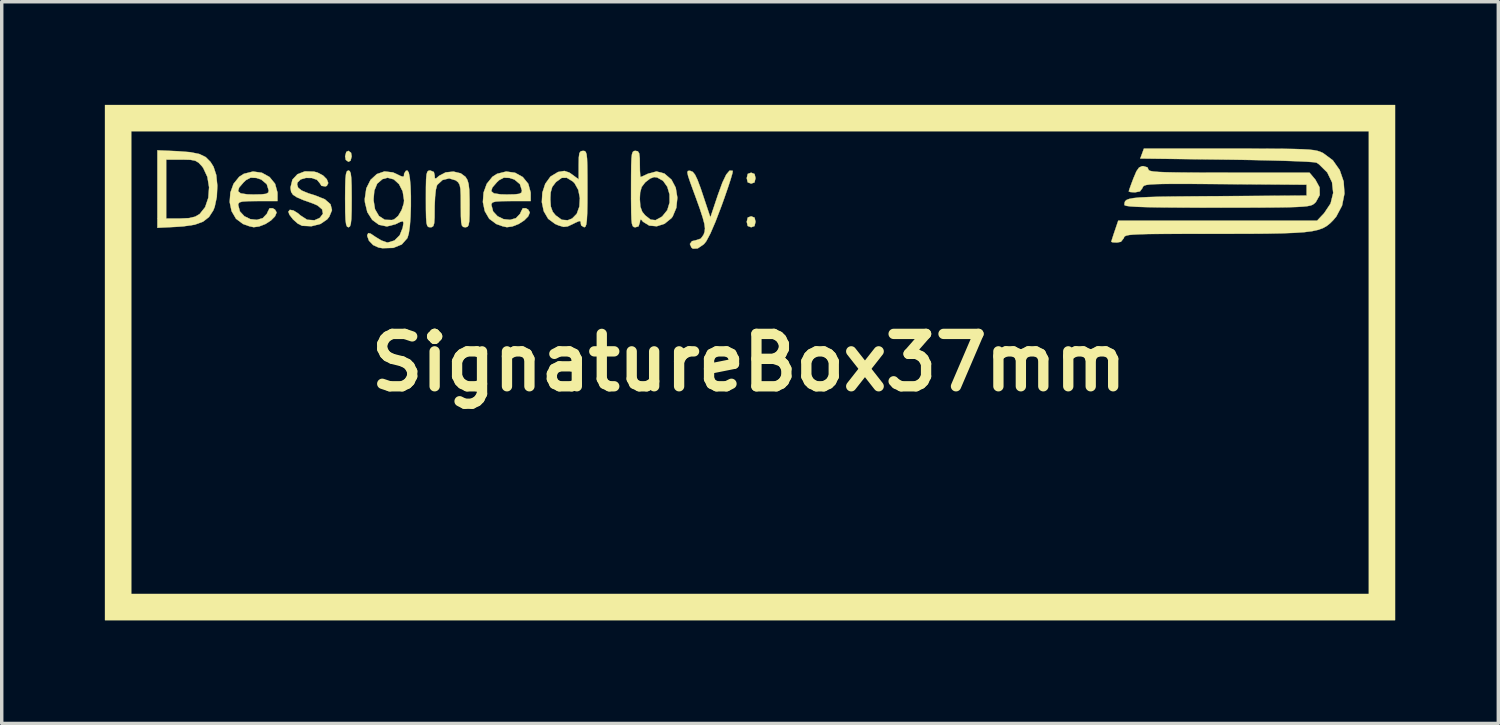
<source format=kicad_pcb>
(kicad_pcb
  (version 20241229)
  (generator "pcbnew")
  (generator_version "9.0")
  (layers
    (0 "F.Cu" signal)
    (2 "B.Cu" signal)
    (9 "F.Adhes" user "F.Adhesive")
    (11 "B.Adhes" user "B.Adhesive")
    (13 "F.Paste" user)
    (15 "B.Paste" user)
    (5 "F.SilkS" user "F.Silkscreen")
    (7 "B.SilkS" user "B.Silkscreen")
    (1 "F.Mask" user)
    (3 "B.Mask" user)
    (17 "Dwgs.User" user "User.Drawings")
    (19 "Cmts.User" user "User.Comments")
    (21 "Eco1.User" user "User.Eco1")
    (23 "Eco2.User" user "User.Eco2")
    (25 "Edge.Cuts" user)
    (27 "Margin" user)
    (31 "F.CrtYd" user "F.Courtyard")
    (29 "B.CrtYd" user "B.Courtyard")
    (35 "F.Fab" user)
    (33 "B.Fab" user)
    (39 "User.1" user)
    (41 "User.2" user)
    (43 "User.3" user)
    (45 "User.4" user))
  (footprint "SignatureBox37mm"
    (layer "F.Cu")
    (at 18.738 7.498)
    (property "Reference" "SignatureBox37mm" (at 0 0 0) (layer "F.SilkS") (effects (font (size 1.524 1.524) (thickness 0.3))))
    (attr through_hole)
    (fp_poly (pts (xy -11.576 -6.104) (xy -11.557 -6.001) (xy -11.59 -5.873) (xy -11.652 -5.842) (xy -11.729 -5.897) (xy -11.748 -6.001) (xy -11.714 -6.128) (xy -11.652 -6.16) (xy -11.576 -6.104)) (stroke (width 0.01) (type solid)) (fill yes) (layer "F.SilkS"))
    (fp_poly (pts (xy 0.163 -5.487) (xy 0.191 -5.366) (xy 0.161 -5.241) (xy 0.064 -5.207) (xy -0.036 -5.244) (xy -0.064 -5.366) (xy -0.034 -5.49) (xy 0.064 -5.524) (xy 0.163 -5.487)) (stroke (width 0.01) (type solid)) (fill yes) (layer "F.SilkS"))
    (fp_poly (pts (xy 0.163 -4.217) (xy 0.191 -4.096) (xy 0.161 -3.971) (xy 0.064 -3.937) (xy -0.036 -3.974) (xy -0.064 -4.096) (xy -0.034 -4.22) (xy 0.064 -4.255) (xy 0.163 -4.217)) (stroke (width 0.01) (type solid)) (fill yes) (layer "F.SilkS"))
    (fp_poly (pts (xy 18.796 7.493) (xy -18.733 7.493) (xy -18.733 -6.731) (xy -17.971 -6.731) (xy -17.971 6.731) (xy 18.034 6.731) (xy 18.034 -6.731) (xy -17.971 -6.731) (xy -18.733 -6.731) (xy -18.733 -7.493) (xy 18.796 -7.493) (xy 18.796 7.493)) (stroke (width 0.01) (type solid)) (fill yes) (layer "F.SilkS"))
    (fp_poly (pts (xy -11.613 -5.57) (xy -11.585 -5.502) (xy -11.569 -5.366) (xy -11.56 -5.143) (xy -11.557 -4.815) (xy -11.557 -4.763) (xy -11.559 -4.419) (xy -11.567 -4.183) (xy -11.583 -4.037) (xy -11.608 -3.961) (xy -11.646 -3.937) (xy -11.652 -3.937) (xy -11.692 -3.955) (xy -11.719 -4.023) (xy -11.736 -4.159) (xy -11.745 -4.382) (xy -11.747 -4.71) (xy -11.748 -4.763) (xy -11.745 -5.106) (xy -11.738 -5.342) (xy -11.722 -5.488) (xy -11.696 -5.564) (xy -11.658 -5.588) (xy -11.652 -5.588) (xy -11.613 -5.57)) (stroke (width 0.01) (type solid)) (fill yes) (layer "F.SilkS"))
    (fp_poly (pts (xy -16.614 -6.149) (xy -16.253 -6.121) (xy -15.991 -6.068) (xy -15.804 -5.978) (xy -15.665 -5.839) (xy -15.577 -5.699) (xy -15.497 -5.456) (xy -15.466 -5.146) (xy -15.481 -4.82) (xy -15.543 -4.529) (xy -15.584 -4.426) (xy -15.709 -4.234) (xy -15.881 -4.1) (xy -16.122 -4.012) (xy -16.455 -3.963) (xy -16.653 -3.949) (xy -17.209 -3.921) (xy -17.209 -5.905) (xy -16.954 -5.905) (xy -16.954 -4.191) (xy -16.55 -4.191) (xy -16.288 -4.203) (xy -16.11 -4.245) (xy -15.98 -4.321) (xy -15.82 -4.522) (xy -15.728 -4.794) (xy -15.705 -5.099) (xy -15.755 -5.402) (xy -15.877 -5.664) (xy -15.916 -5.715) (xy -16.011 -5.816) (xy -16.108 -5.873) (xy -16.246 -5.899) (xy -16.464 -5.905) (xy -16.516 -5.905) (xy -16.954 -5.905) (xy -17.209 -5.905) (xy -17.209 -6.175) (xy -16.614 -6.149)) (stroke (width 0.01) (type solid)) (fill yes) (layer "F.SilkS"))
    (fp_poly (pts (xy -0.481 -5.581) (xy -0.471 -5.573) (xy -0.482 -5.506) (xy -0.53 -5.34) (xy -0.609 -5.097) (xy -0.713 -4.796) (xy -0.796 -4.565) (xy -0.973 -4.1) (xy -1.122 -3.755) (xy -1.242 -3.53) (xy -1.31 -3.445) (xy -1.49 -3.322) (xy -1.629 -3.314) (xy -1.672 -3.344) (xy -1.718 -3.45) (xy -1.658 -3.532) (xy -1.554 -3.556) (xy -1.399 -3.607) (xy -1.32 -3.719) (xy -1.289 -3.806) (xy -1.279 -3.905) (xy -1.296 -4.035) (xy -1.344 -4.216) (xy -1.426 -4.468) (xy -1.549 -4.81) (xy -1.609 -4.973) (xy -1.71 -5.251) (xy -1.77 -5.429) (xy -1.791 -5.53) (xy -1.777 -5.574) (xy -1.731 -5.58) (xy -1.702 -5.576) (xy -1.634 -5.547) (xy -1.569 -5.467) (xy -1.497 -5.317) (xy -1.407 -5.077) (xy -1.344 -4.889) (xy -1.122 -4.223) (xy -0.903 -4.878) (xy -0.773 -5.235) (xy -0.661 -5.469) (xy -0.564 -5.584) (xy -0.481 -5.581)) (stroke (width 0.01) (type solid)) (fill yes) (layer "F.SilkS"))
    (fp_poly (pts (xy -12.655 -5.555) (xy -12.554 -5.529) (xy -12.392 -5.445) (xy -12.281 -5.334) (xy -12.239 -5.223) (xy -12.28 -5.142) (xy -12.321 -5.125) (xy -12.437 -5.142) (xy -12.48 -5.213) (xy -12.566 -5.317) (xy -12.716 -5.37) (xy -12.888 -5.373) (xy -13.041 -5.329) (xy -13.133 -5.239) (xy -13.145 -5.184) (xy -13.115 -5.088) (xy -13.014 -5.006) (xy -12.82 -4.925) (xy -12.622 -4.864) (xy -12.337 -4.75) (xy -12.173 -4.606) (xy -12.13 -4.435) (xy -12.21 -4.242) (xy -12.271 -4.166) (xy -12.466 -4.033) (xy -12.728 -3.967) (xy -13 -3.98) (xy -13.127 -4.045) (xy -13.264 -4.167) (xy -13.368 -4.302) (xy -13.399 -4.39) (xy -13.356 -4.444) (xy -13.251 -4.425) (xy -13.116 -4.341) (xy -13.055 -4.286) (xy -12.853 -4.155) (xy -12.64 -4.14) (xy -12.483 -4.211) (xy -12.392 -4.331) (xy -12.417 -4.457) (xy -12.551 -4.571) (xy -12.669 -4.623) (xy -12.961 -4.727) (xy -13.153 -4.809) (xy -13.266 -4.884) (xy -13.319 -4.966) (xy -13.335 -5.071) (xy -13.335 -5.101) (xy -13.281 -5.322) (xy -13.133 -5.481) (xy -12.917 -5.563) (xy -12.655 -5.555)) (stroke (width 0.01) (type solid)) (fill yes) (layer "F.SilkS"))
    (fp_poly (pts (xy -14.169 -5.522) (xy -13.946 -5.398) (xy -13.786 -5.202) (xy -13.717 -4.95) (xy -13.716 -4.916) (xy -13.716 -4.699) (xy -14.287 -4.699) (xy -14.561 -4.696) (xy -14.731 -4.685) (xy -14.821 -4.661) (xy -14.855 -4.619) (xy -14.859 -4.586) (xy -14.809 -4.398) (xy -14.68 -4.258) (xy -14.505 -4.173) (xy -14.316 -4.152) (xy -14.144 -4.202) (xy -14.022 -4.331) (xy -14.002 -4.381) (xy -13.945 -4.49) (xy -13.855 -4.489) (xy -13.789 -4.452) (xy -13.741 -4.367) (xy -13.787 -4.255) (xy -13.903 -4.137) (xy -14.065 -4.032) (xy -14.25 -3.96) (xy -14.408 -3.939) (xy -14.533 -3.966) (xy -14.702 -4.026) (xy -14.719 -4.033) (xy -14.922 -4.184) (xy -15.051 -4.406) (xy -15.106 -4.67) (xy -15.086 -4.945) (xy -15.071 -4.987) (xy -14.863 -4.987) (xy -14.786 -4.923) (xy -14.594 -4.894) (xy -14.415 -4.889) (xy -14.179 -4.894) (xy -14.045 -4.91) (xy -13.984 -4.946) (xy -13.97 -5.004) (xy -14.028 -5.191) (xy -14.188 -5.325) (xy -14.331 -5.372) (xy -14.496 -5.38) (xy -14.631 -5.309) (xy -14.696 -5.249) (xy -14.831 -5.093) (xy -14.863 -4.987) (xy -15.071 -4.987) (xy -14.994 -5.2) (xy -14.829 -5.405) (xy -14.695 -5.491) (xy -14.428 -5.558) (xy -14.169 -5.522)) (stroke (width 0.01) (type solid)) (fill yes) (layer "F.SilkS"))
    (fp_poly (pts (xy -9.167 -5.545) (xy -9.144 -5.451) (xy -9.138 -5.359) (xy -9.098 -5.36) (xy -9.012 -5.434) (xy -8.823 -5.533) (xy -8.597 -5.556) (xy -8.383 -5.505) (xy -8.248 -5.405) (xy -8.192 -5.316) (xy -8.156 -5.196) (xy -8.136 -5.019) (xy -8.129 -4.756) (xy -8.128 -4.597) (xy -8.13 -4.301) (xy -8.137 -4.11) (xy -8.156 -4.001) (xy -8.189 -3.951) (xy -8.241 -3.937) (xy -8.255 -3.937) (xy -8.313 -3.946) (xy -8.35 -3.987) (xy -8.371 -4.085) (xy -8.38 -4.261) (xy -8.382 -4.539) (xy -8.382 -4.571) (xy -8.384 -4.861) (xy -8.393 -5.052) (xy -8.416 -5.171) (xy -8.458 -5.243) (xy -8.523 -5.297) (xy -8.532 -5.302) (xy -8.722 -5.359) (xy -8.914 -5.312) (xy -9.064 -5.173) (xy -9.077 -5.151) (xy -9.108 -5.031) (xy -9.131 -4.823) (xy -9.143 -4.565) (xy -9.144 -4.481) (xy -9.146 -4.217) (xy -9.157 -4.056) (xy -9.182 -3.972) (xy -9.227 -3.941) (xy -9.271 -3.937) (xy -9.323 -3.944) (xy -9.358 -3.978) (xy -9.38 -4.061) (xy -9.392 -4.211) (xy -9.397 -4.449) (xy -9.398 -4.763) (xy -9.397 -5.1) (xy -9.392 -5.33) (xy -9.379 -5.473) (xy -9.356 -5.551) (xy -9.319 -5.582) (xy -9.271 -5.588) (xy -9.167 -5.545)) (stroke (width 0.01) (type solid)) (fill yes) (layer "F.SilkS"))
    (fp_poly (pts (xy -6.803 -5.522) (xy -6.58 -5.398) (xy -6.42 -5.202) (xy -6.351 -4.95) (xy -6.35 -4.916) (xy -6.35 -4.699) (xy -6.921 -4.699) (xy -7.195 -4.696) (xy -7.365 -4.685) (xy -7.455 -4.661) (xy -7.489 -4.619) (xy -7.493 -4.586) (xy -7.443 -4.398) (xy -7.314 -4.258) (xy -7.139 -4.173) (xy -6.95 -4.152) (xy -6.778 -4.202) (xy -6.656 -4.331) (xy -6.636 -4.381) (xy -6.579 -4.49) (xy -6.489 -4.489) (xy -6.423 -4.452) (xy -6.375 -4.367) (xy -6.421 -4.255) (xy -6.537 -4.137) (xy -6.699 -4.032) (xy -6.884 -3.96) (xy -7.042 -3.939) (xy -7.167 -3.966) (xy -7.336 -4.026) (xy -7.353 -4.033) (xy -7.556 -4.184) (xy -7.685 -4.406) (xy -7.74 -4.67) (xy -7.72 -4.945) (xy -7.705 -4.987) (xy -7.497 -4.987) (xy -7.42 -4.923) (xy -7.228 -4.894) (xy -7.048 -4.889) (xy -6.813 -4.894) (xy -6.679 -4.91) (xy -6.618 -4.946) (xy -6.604 -5.004) (xy -6.662 -5.191) (xy -6.822 -5.325) (xy -6.965 -5.372) (xy -7.13 -5.38) (xy -7.265 -5.309) (xy -7.33 -5.249) (xy -7.465 -5.093) (xy -7.497 -4.987) (xy -7.705 -4.987) (xy -7.628 -5.2) (xy -7.463 -5.405) (xy -7.329 -5.491) (xy -7.062 -5.558) (xy -6.803 -5.522)) (stroke (width 0.01) (type solid)) (fill yes) (layer "F.SilkS"))
    (fp_poly (pts (xy -4.78 -6.154) (xy -4.747 -6.126) (xy -4.724 -6.057) (xy -4.71 -5.931) (xy -4.703 -5.73) (xy -4.7 -5.436) (xy -4.699 -5.048) (xy -4.7 -4.642) (xy -4.706 -4.346) (xy -4.716 -4.144) (xy -4.733 -4.019) (xy -4.757 -3.956) (xy -4.791 -3.937) (xy -4.794 -3.937) (xy -4.878 -3.988) (xy -4.889 -4.032) (xy -4.896 -4.105) (xy -4.938 -4.118) (xy -5.047 -4.07) (xy -5.12 -4.033) (xy -5.273 -3.962) (xy -5.393 -3.948) (xy -5.538 -3.99) (xy -5.638 -4.033) (xy -5.841 -4.183) (xy -5.97 -4.405) (xy -6.025 -4.668) (xy -6.02 -4.763) (xy -5.779 -4.763) (xy -5.764 -4.539) (xy -5.708 -4.387) (xy -5.623 -4.283) (xy -5.446 -4.154) (xy -5.273 -4.14) (xy -5.144 -4.191) (xy -5.009 -4.329) (xy -4.933 -4.54) (xy -4.918 -4.785) (xy -4.965 -5.025) (xy -5.074 -5.22) (xy -5.128 -5.272) (xy -5.301 -5.377) (xy -5.446 -5.374) (xy -5.603 -5.261) (xy -5.623 -5.242) (xy -5.723 -5.11) (xy -5.769 -4.948) (xy -5.779 -4.763) (xy -6.02 -4.763) (xy -6.01 -4.943) (xy -5.926 -5.2) (xy -5.775 -5.41) (xy -5.56 -5.541) (xy -5.537 -5.548) (xy -5.369 -5.575) (xy -5.229 -5.529) (xy -5.141 -5.469) (xy -4.953 -5.33) (xy -4.953 -5.745) (xy -4.949 -5.969) (xy -4.932 -6.094) (xy -4.892 -6.148) (xy -4.826 -6.16) (xy -4.78 -6.154)) (stroke (width 0.01) (type solid)) (fill yes) (layer "F.SilkS"))
    (fp_poly (pts (xy -3.231 -6.146) (xy -3.193 -6.085) (xy -3.177 -5.947) (xy -3.175 -5.779) (xy -3.172 -5.578) (xy -3.163 -5.439) (xy -3.153 -5.397) (xy -3.087 -5.423) (xy -2.956 -5.485) (xy -2.935 -5.495) (xy -2.688 -5.56) (xy -2.459 -5.499) (xy -2.254 -5.322) (xy -2.13 -5.087) (xy -2.083 -4.798) (xy -2.113 -4.503) (xy -2.219 -4.25) (xy -2.256 -4.201) (xy -2.455 -4.039) (xy -2.681 -3.966) (xy -2.902 -3.986) (xy -3.084 -4.099) (xy -3.126 -4.153) (xy -3.162 -4.158) (xy -3.174 -4.08) (xy -3.212 -3.964) (xy -3.302 -3.937) (xy -3.348 -3.943) (xy -3.381 -3.971) (xy -3.404 -4.039) (xy -3.418 -4.165) (xy -3.425 -4.367) (xy -3.428 -4.661) (xy -3.429 -4.763) (xy -3.175 -4.763) (xy -3.16 -4.539) (xy -3.104 -4.387) (xy -3.019 -4.283) (xy -2.86 -4.158) (xy -2.717 -4.143) (xy -2.549 -4.234) (xy -2.519 -4.257) (xy -2.375 -4.435) (xy -2.308 -4.657) (xy -2.31 -4.893) (xy -2.375 -5.114) (xy -2.498 -5.288) (xy -2.671 -5.386) (xy -2.761 -5.397) (xy -2.873 -5.355) (xy -3.008 -5.252) (xy -3.019 -5.242) (xy -3.12 -5.11) (xy -3.166 -4.948) (xy -3.175 -4.763) (xy -3.429 -4.763) (xy -3.429 -5.048) (xy -3.428 -5.448) (xy -3.425 -5.738) (xy -3.417 -5.937) (xy -3.403 -6.061) (xy -3.38 -6.127) (xy -3.346 -6.154) (xy -3.302 -6.16) (xy -3.231 -6.146)) (stroke (width 0.01) (type solid)) (fill yes) (layer "F.SilkS"))
    (fp_poly (pts (xy -9.897 -5.529) (xy -9.866 -5.369) (xy -9.845 -5.135) (xy -9.835 -4.853) (xy -9.835 -4.547) (xy -9.845 -4.246) (xy -9.865 -3.973) (xy -9.896 -3.756) (xy -9.936 -3.623) (xy -10.1 -3.437) (xy -10.346 -3.337) (xy -10.659 -3.328) (xy -10.772 -3.346) (xy -10.932 -3.419) (xy -11.055 -3.547) (xy -11.105 -3.685) (xy -11.102 -3.713) (xy -11.074 -3.767) (xy -11.005 -3.751) (xy -10.87 -3.66) (xy -10.862 -3.654) (xy -10.692 -3.552) (xy -10.537 -3.496) (xy -10.504 -3.493) (xy -10.313 -3.551) (xy -10.159 -3.705) (xy -10.073 -3.921) (xy -10.05 -4.063) (xy -10.068 -4.114) (xy -10.153 -4.089) (xy -10.283 -4.025) (xy -10.531 -3.961) (xy -10.763 -4.008) (xy -10.959 -4.152) (xy -11.102 -4.377) (xy -11.172 -4.667) (xy -11.175 -4.732) (xy -10.922 -4.732) (xy -10.879 -4.463) (xy -10.764 -4.265) (xy -10.593 -4.154) (xy -10.385 -4.147) (xy -10.322 -4.167) (xy -10.206 -4.265) (xy -10.104 -4.438) (xy -10.041 -4.634) (xy -10.033 -4.718) (xy -10.073 -4.98) (xy -10.179 -5.19) (xy -10.332 -5.33) (xy -10.512 -5.378) (xy -10.661 -5.338) (xy -10.815 -5.206) (xy -10.899 -5.002) (xy -10.922 -4.732) (xy -11.175 -4.732) (xy -11.176 -4.763) (xy -11.131 -5.069) (xy -11.008 -5.315) (xy -10.825 -5.484) (xy -10.602 -5.561) (xy -10.357 -5.532) (xy -10.283 -5.5) (xy -10.128 -5.425) (xy -10.056 -5.406) (xy -10.034 -5.441) (xy -10.033 -5.493) (xy -9.982 -5.577) (xy -9.938 -5.588) (xy -9.897 -5.529)) (stroke (width 0.01) (type solid)) (fill yes) (layer "F.SilkS"))
    (fp_poly (pts (xy 13.97 -6.223) (xy 14.599 -6.223) (xy 15.114 -6.221) (xy 15.528 -6.219) (xy 15.853 -6.214) (xy 16.104 -6.206) (xy 16.292 -6.195) (xy 16.432 -6.18) (xy 16.535 -6.16) (xy 16.614 -6.135) (xy 16.684 -6.104) (xy 16.703 -6.095) (xy 16.986 -5.885) (xy 17.186 -5.601) (xy 17.3 -5.269) (xy 17.324 -4.916) (xy 17.254 -4.567) (xy 17.086 -4.248) (xy 16.996 -4.142) (xy 16.905 -4.051) (xy 16.81 -3.975) (xy 16.701 -3.913) (xy 16.564 -3.863) (xy 16.388 -3.824) (xy 16.161 -3.795) (xy 15.872 -3.775) (xy 15.508 -3.761) (xy 15.057 -3.752) (xy 14.508 -3.748) (xy 13.848 -3.747) (xy 13.553 -3.747) (xy 12.908 -3.746) (xy 12.379 -3.745) (xy 11.954 -3.743) (xy 11.621 -3.74) (xy 11.369 -3.733) (xy 11.185 -3.724) (xy 11.06 -3.712) (xy 10.98 -3.695) (xy 10.935 -3.674) (xy 10.913 -3.648) (xy 10.904 -3.619) (xy 10.821 -3.514) (xy 10.706 -3.493) (xy 10.583 -3.499) (xy 10.541 -3.513) (xy 10.56 -3.58) (xy 10.607 -3.727) (xy 10.642 -3.83) (xy 10.743 -4.128) (xy 16.527 -4.128) (xy 16.733 -4.346) (xy 16.921 -4.628) (xy 16.997 -4.936) (xy 16.963 -5.245) (xy 16.824 -5.531) (xy 16.583 -5.769) (xy 16.51 -5.817) (xy 16.427 -5.83) (xy 16.232 -5.844) (xy 15.938 -5.858) (xy 15.559 -5.871) (xy 15.11 -5.883) (xy 14.606 -5.894) (xy 14.059 -5.903) (xy 13.899 -5.905) (xy 11.384 -5.937) (xy 11.437 -6.08) (xy 11.489 -6.223) (xy 13.97 -6.223)) (stroke (width 0.01) (type solid)) (fill yes) (layer "F.SilkS"))
    (fp_poly (pts (xy 11.592 -5.68) (xy 11.62 -5.62) (xy 11.633 -5.595) (xy 11.68 -5.575) (xy 11.772 -5.558) (xy 11.921 -5.546) (xy 12.138 -5.537) (xy 12.435 -5.531) (xy 12.824 -5.527) (xy 13.316 -5.525) (xy 13.922 -5.525) (xy 13.964 -5.524) (xy 16.308 -5.524) (xy 16.478 -5.322) (xy 16.6 -5.098) (xy 16.604 -4.872) (xy 16.492 -4.67) (xy 16.439 -4.62) (xy 16.398 -4.592) (xy 16.339 -4.57) (xy 16.251 -4.552) (xy 16.121 -4.538) (xy 15.938 -4.527) (xy 15.689 -4.519) (xy 15.364 -4.514) (xy 14.951 -4.511) (xy 14.437 -4.509) (xy 13.812 -4.509) (xy 13.614 -4.508) (xy 12.931 -4.509) (xy 12.366 -4.512) (xy 11.909 -4.516) (xy 11.552 -4.523) (xy 11.285 -4.532) (xy 11.098 -4.544) (xy 10.983 -4.559) (xy 10.929 -4.577) (xy 10.923 -4.588) (xy 10.927 -4.645) (xy 10.943 -4.693) (xy 10.985 -4.731) (xy 11.062 -4.761) (xy 11.186 -4.785) (xy 11.368 -4.803) (xy 11.62 -4.815) (xy 11.952 -4.825) (xy 12.377 -4.831) (xy 12.905 -4.836) (xy 13.547 -4.841) (xy 13.624 -4.841) (xy 16.224 -4.858) (xy 16.224 -5.175) (xy 13.853 -5.192) (xy 13.242 -5.196) (xy 12.746 -5.199) (xy 12.353 -5.199) (xy 12.05 -5.197) (xy 11.826 -5.191) (xy 11.667 -5.182) (xy 11.563 -5.168) (xy 11.501 -5.149) (xy 11.468 -5.125) (xy 11.453 -5.095) (xy 11.449 -5.081) (xy 11.375 -4.98) (xy 11.232 -4.953) (xy 11.101 -4.961) (xy 11.049 -4.979) (xy 11.07 -5.048) (xy 11.124 -5.199) (xy 11.185 -5.36) (xy 11.272 -5.565) (xy 11.348 -5.673) (xy 11.434 -5.713) (xy 11.471 -5.715) (xy 11.592 -5.68)) (stroke (width 0.01) (type solid)) (fill yes) (layer "F.SilkS")))
  (gr_rect
    (start -3 -3)
    (end 40.538 17.996)
    (stroke (width 0.1) (type default))
    (fill no)
    (layer "Edge.Cuts")))
</source>
